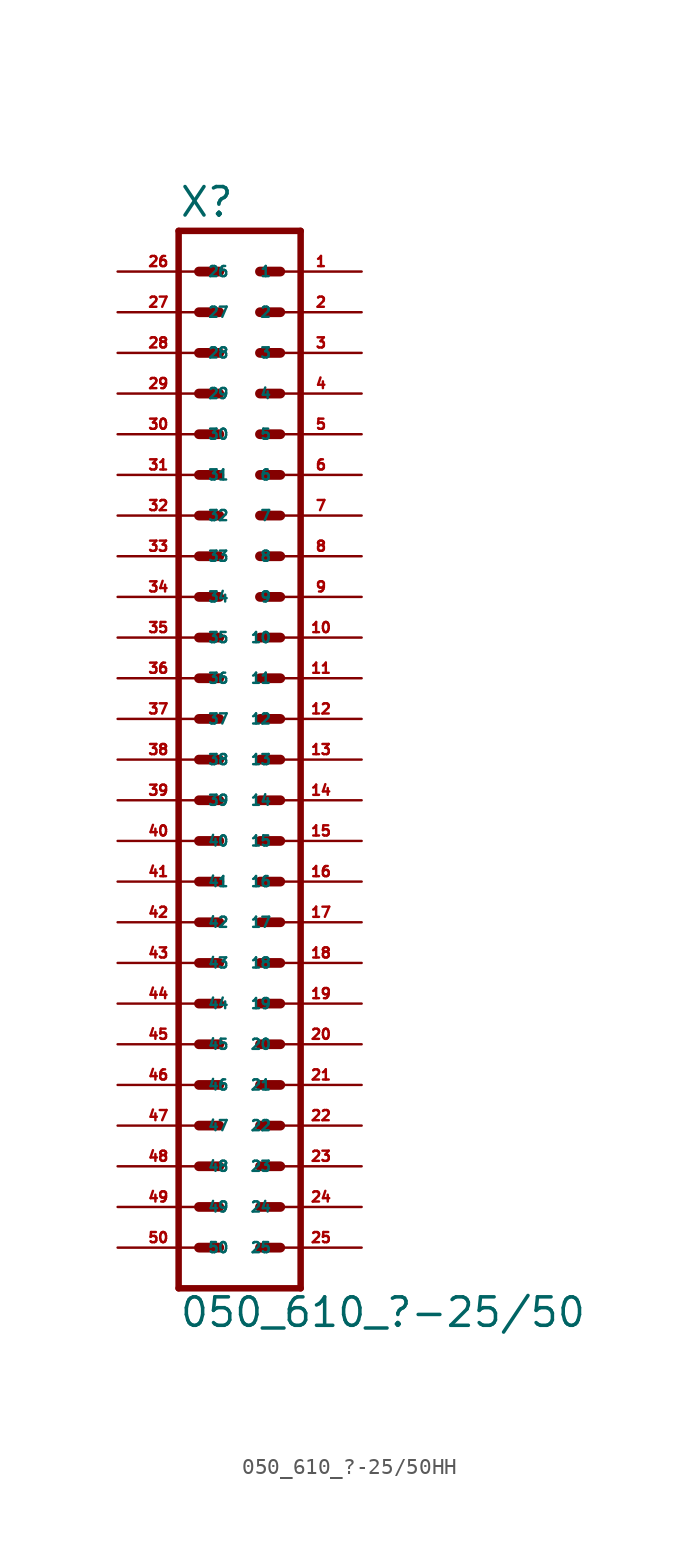
<source format=kicad_sym>
(kicad_symbol_lib
  (version 20220914)
  (generator Eagle2Kicad)
  (symbol "050_610_?-25/50HH"
    (property "Reference" "X"
      (at -3.81 31.242 0)
      (effects (font (size 1.778 1.778) (thickness 0.22)) (justify left bottom)))
    (property "Value" "050_610_?-25/50"
      (at -3.81 -38.1 0)
      (effects (font (size 1.778 1.778) (thickness 0.22)) (justify left bottom)))
    (polyline
      (pts (xy 3.81 -35.56) (xy -3.81 -35.56))
      (stroke (width 0.406) (type default))
      (fill (type none)))
    (polyline
      (pts (xy -3.81 30.48) (xy -3.81 -35.56))
      (stroke (width 0.406) (type default))
      (fill (type none)))
    (polyline
      (pts (xy 3.81 -35.56) (xy 3.81 30.48))
      (stroke (width 0.406) (type default))
      (fill (type none)))
    (polyline
      (pts (xy -3.81 30.48) (xy 3.81 30.48))
      (stroke (width 0.406) (type default))
      (fill (type none)))
    (polyline
      (pts (xy 1.27 27.94) (xy 2.54 27.94))
      (stroke (width 0.61) (type default))
      (fill (type none)))
    (polyline
      (pts (xy 1.27 25.4) (xy 2.54 25.4))
      (stroke (width 0.61) (type default))
      (fill (type none)))
    (polyline
      (pts (xy 1.27 22.86) (xy 2.54 22.86))
      (stroke (width 0.61) (type default))
      (fill (type none)))
    (polyline
      (pts (xy 1.27 20.32) (xy 2.54 20.32))
      (stroke (width 0.61) (type default))
      (fill (type none)))
    (polyline
      (pts (xy 1.27 17.78) (xy 2.54 17.78))
      (stroke (width 0.61) (type default))
      (fill (type none)))
    (polyline
      (pts (xy 1.27 15.24) (xy 2.54 15.24))
      (stroke (width 0.61) (type default))
      (fill (type none)))
    (polyline
      (pts (xy 1.27 12.7) (xy 2.54 12.7))
      (stroke (width 0.61) (type default))
      (fill (type none)))
    (polyline
      (pts (xy 1.27 10.16) (xy 2.54 10.16))
      (stroke (width 0.61) (type default))
      (fill (type none)))
    (polyline
      (pts (xy 1.27 7.62) (xy 2.54 7.62))
      (stroke (width 0.61) (type default))
      (fill (type none)))
    (polyline
      (pts (xy 1.27 5.08) (xy 2.54 5.08))
      (stroke (width 0.61) (type default))
      (fill (type none)))
    (polyline
      (pts (xy 1.27 2.54) (xy 2.54 2.54))
      (stroke (width 0.61) (type default))
      (fill (type none)))
    (polyline
      (pts (xy 1.27 0) (xy 2.54 0))
      (stroke (width 0.61) (type default))
      (fill (type none)))
    (polyline
      (pts (xy 1.27 -2.54) (xy 2.54 -2.54))
      (stroke (width 0.61) (type default))
      (fill (type none)))
    (polyline
      (pts (xy 1.27 -5.08) (xy 2.54 -5.08))
      (stroke (width 0.61) (type default))
      (fill (type none)))
    (polyline
      (pts (xy 1.27 -7.62) (xy 2.54 -7.62))
      (stroke (width 0.61) (type default))
      (fill (type none)))
    (polyline
      (pts (xy 1.27 -10.16) (xy 2.54 -10.16))
      (stroke (width 0.61) (type default))
      (fill (type none)))
    (polyline
      (pts (xy 1.27 -12.7) (xy 2.54 -12.7))
      (stroke (width 0.61) (type default))
      (fill (type none)))
    (polyline
      (pts (xy 1.27 -15.24) (xy 2.54 -15.24))
      (stroke (width 0.61) (type default))
      (fill (type none)))
    (polyline
      (pts (xy 1.27 -17.78) (xy 2.54 -17.78))
      (stroke (width 0.61) (type default))
      (fill (type none)))
    (polyline
      (pts (xy 1.27 -20.32) (xy 2.54 -20.32))
      (stroke (width 0.61) (type default))
      (fill (type none)))
    (polyline
      (pts (xy 1.27 -22.86) (xy 2.54 -22.86))
      (stroke (width 0.61) (type default))
      (fill (type none)))
    (polyline
      (pts (xy 1.27 -25.4) (xy 2.54 -25.4))
      (stroke (width 0.61) (type default))
      (fill (type none)))
    (polyline
      (pts (xy 1.27 -27.94) (xy 2.54 -27.94))
      (stroke (width 0.61) (type default))
      (fill (type none)))
    (polyline
      (pts (xy 1.27 -30.48) (xy 2.54 -30.48))
      (stroke (width 0.61) (type default))
      (fill (type none)))
    (polyline
      (pts (xy 1.27 -33.02) (xy 2.54 -33.02))
      (stroke (width 0.61) (type default))
      (fill (type none)))
    (polyline
      (pts (xy -1.27 27.94) (xy -2.54 27.94))
      (stroke (width 0.61) (type default))
      (fill (type none)))
    (polyline
      (pts (xy -1.27 25.4) (xy -2.54 25.4))
      (stroke (width 0.61) (type default))
      (fill (type none)))
    (polyline
      (pts (xy -1.27 22.86) (xy -2.54 22.86))
      (stroke (width 0.61) (type default))
      (fill (type none)))
    (polyline
      (pts (xy -1.27 20.32) (xy -2.54 20.32))
      (stroke (width 0.61) (type default))
      (fill (type none)))
    (polyline
      (pts (xy -1.27 17.78) (xy -2.54 17.78))
      (stroke (width 0.61) (type default))
      (fill (type none)))
    (polyline
      (pts (xy -1.27 15.24) (xy -2.54 15.24))
      (stroke (width 0.61) (type default))
      (fill (type none)))
    (polyline
      (pts (xy -1.27 12.7) (xy -2.54 12.7))
      (stroke (width 0.61) (type default))
      (fill (type none)))
    (polyline
      (pts (xy -1.27 10.16) (xy -2.54 10.16))
      (stroke (width 0.61) (type default))
      (fill (type none)))
    (polyline
      (pts (xy -1.27 7.62) (xy -2.54 7.62))
      (stroke (width 0.61) (type default))
      (fill (type none)))
    (polyline
      (pts (xy -1.27 5.08) (xy -2.54 5.08))
      (stroke (width 0.61) (type default))
      (fill (type none)))
    (polyline
      (pts (xy -1.27 2.54) (xy -2.54 2.54))
      (stroke (width 0.61) (type default))
      (fill (type none)))
    (polyline
      (pts (xy -1.27 0) (xy -2.54 0))
      (stroke (width 0.61) (type default))
      (fill (type none)))
    (polyline
      (pts (xy -1.27 -2.54) (xy -2.54 -2.54))
      (stroke (width 0.61) (type default))
      (fill (type none)))
    (polyline
      (pts (xy -1.27 -5.08) (xy -2.54 -5.08))
      (stroke (width 0.61) (type default))
      (fill (type none)))
    (polyline
      (pts (xy -1.27 -7.62) (xy -2.54 -7.62))
      (stroke (width 0.61) (type default))
      (fill (type none)))
    (polyline
      (pts (xy -1.27 -10.16) (xy -2.54 -10.16))
      (stroke (width 0.61) (type default))
      (fill (type none)))
    (polyline
      (pts (xy -1.27 -12.7) (xy -2.54 -12.7))
      (stroke (width 0.61) (type default))
      (fill (type none)))
    (polyline
      (pts (xy -1.27 -15.24) (xy -2.54 -15.24))
      (stroke (width 0.61) (type default))
      (fill (type none)))
    (polyline
      (pts (xy -1.27 -17.78) (xy -2.54 -17.78))
      (stroke (width 0.61) (type default))
      (fill (type none)))
    (polyline
      (pts (xy -1.27 -20.32) (xy -2.54 -20.32))
      (stroke (width 0.61) (type default))
      (fill (type none)))
    (polyline
      (pts (xy -1.27 -22.86) (xy -2.54 -22.86))
      (stroke (width 0.61) (type default))
      (fill (type none)))
    (polyline
      (pts (xy -1.27 -25.4) (xy -2.54 -25.4))
      (stroke (width 0.61) (type default))
      (fill (type none)))
    (polyline
      (pts (xy -1.27 -27.94) (xy -2.54 -27.94))
      (stroke (width 0.61) (type default))
      (fill (type none)))
    (polyline
      (pts (xy -1.27 -30.48) (xy -2.54 -30.48))
      (stroke (width 0.61) (type default))
      (fill (type none)))
    (polyline
      (pts (xy -1.27 -33.02) (xy -2.54 -33.02))
      (stroke (width 0.61) (type default))
      (fill (type none)))
    (pin passive line
      (at 7.62 27.94 180)
      (length 5.08)
      (name "1" (effects (font (size 0.635 0.635) (thickness 0.08)) (justify left bottom)))
      (number "1" (effects (font (size 0.635 0.635) (thickness 0.08)) (justify left bottom))))
    (pin passive line
      (at 7.62 25.4 180)
      (length 5.08)
      (name "2" (effects (font (size 0.635 0.635) (thickness 0.08)) (justify left bottom)))
      (number "2" (effects (font (size 0.635 0.635) (thickness 0.08)) (justify left bottom))))
    (pin passive line
      (at 7.62 22.86 180)
      (length 5.08)
      (name "3" (effects (font (size 0.635 0.635) (thickness 0.08)) (justify left bottom)))
      (number "3" (effects (font (size 0.635 0.635) (thickness 0.08)) (justify left bottom))))
    (pin passive line
      (at 7.62 20.32 180)
      (length 5.08)
      (name "4" (effects (font (size 0.635 0.635) (thickness 0.08)) (justify left bottom)))
      (number "4" (effects (font (size 0.635 0.635) (thickness 0.08)) (justify left bottom))))
    (pin passive line
      (at 7.62 17.78 180)
      (length 5.08)
      (name "5" (effects (font (size 0.635 0.635) (thickness 0.08)) (justify left bottom)))
      (number "5" (effects (font (size 0.635 0.635) (thickness 0.08)) (justify left bottom))))
    (pin passive line
      (at 7.62 15.24 180)
      (length 5.08)
      (name "6" (effects (font (size 0.635 0.635) (thickness 0.08)) (justify left bottom)))
      (number "6" (effects (font (size 0.635 0.635) (thickness 0.08)) (justify left bottom))))
    (pin passive line
      (at 7.62 12.7 180)
      (length 5.08)
      (name "7" (effects (font (size 0.635 0.635) (thickness 0.08)) (justify left bottom)))
      (number "7" (effects (font (size 0.635 0.635) (thickness 0.08)) (justify left bottom))))
    (pin passive line
      (at 7.62 10.16 180)
      (length 5.08)
      (name "8" (effects (font (size 0.635 0.635) (thickness 0.08)) (justify left bottom)))
      (number "8" (effects (font (size 0.635 0.635) (thickness 0.08)) (justify left bottom))))
    (pin passive line
      (at 7.62 7.62 180)
      (length 5.08)
      (name "9" (effects (font (size 0.635 0.635) (thickness 0.08)) (justify left bottom)))
      (number "9" (effects (font (size 0.635 0.635) (thickness 0.08)) (justify left bottom))))
    (pin passive line
      (at 7.62 5.08 180)
      (length 5.08)
      (name "10" (effects (font (size 0.635 0.635) (thickness 0.08)) (justify left bottom)))
      (number "10" (effects (font (size 0.635 0.635) (thickness 0.08)) (justify left bottom))))
    (pin passive line
      (at 7.62 2.54 180)
      (length 5.08)
      (name "11" (effects (font (size 0.635 0.635) (thickness 0.08)) (justify left bottom)))
      (number "11" (effects (font (size 0.635 0.635) (thickness 0.08)) (justify left bottom))))
    (pin passive line
      (at 7.62 0 180)
      (length 5.08)
      (name "12" (effects (font (size 0.635 0.635) (thickness 0.08)) (justify left bottom)))
      (number "12" (effects (font (size 0.635 0.635) (thickness 0.08)) (justify left bottom))))
    (pin passive line
      (at 7.62 -2.54 180)
      (length 5.08)
      (name "13" (effects (font (size 0.635 0.635) (thickness 0.08)) (justify left bottom)))
      (number "13" (effects (font (size 0.635 0.635) (thickness 0.08)) (justify left bottom))))
    (pin passive line
      (at 7.62 -5.08 180)
      (length 5.08)
      (name "14" (effects (font (size 0.635 0.635) (thickness 0.08)) (justify left bottom)))
      (number "14" (effects (font (size 0.635 0.635) (thickness 0.08)) (justify left bottom))))
    (pin passive line
      (at 7.62 -7.62 180)
      (length 5.08)
      (name "15" (effects (font (size 0.635 0.635) (thickness 0.08)) (justify left bottom)))
      (number "15" (effects (font (size 0.635 0.635) (thickness 0.08)) (justify left bottom))))
    (pin passive line
      (at 7.62 -10.16 180)
      (length 5.08)
      (name "16" (effects (font (size 0.635 0.635) (thickness 0.08)) (justify left bottom)))
      (number "16" (effects (font (size 0.635 0.635) (thickness 0.08)) (justify left bottom))))
    (pin passive line
      (at 7.62 -12.7 180)
      (length 5.08)
      (name "17" (effects (font (size 0.635 0.635) (thickness 0.08)) (justify left bottom)))
      (number "17" (effects (font (size 0.635 0.635) (thickness 0.08)) (justify left bottom))))
    (pin passive line
      (at 7.62 -15.24 180)
      (length 5.08)
      (name "18" (effects (font (size 0.635 0.635) (thickness 0.08)) (justify left bottom)))
      (number "18" (effects (font (size 0.635 0.635) (thickness 0.08)) (justify left bottom))))
    (pin passive line
      (at 7.62 -17.78 180)
      (length 5.08)
      (name "19" (effects (font (size 0.635 0.635) (thickness 0.08)) (justify left bottom)))
      (number "19" (effects (font (size 0.635 0.635) (thickness 0.08)) (justify left bottom))))
    (pin passive line
      (at 7.62 -20.32 180)
      (length 5.08)
      (name "20" (effects (font (size 0.635 0.635) (thickness 0.08)) (justify left bottom)))
      (number "20" (effects (font (size 0.635 0.635) (thickness 0.08)) (justify left bottom))))
    (pin passive line
      (at 7.62 -22.86 180)
      (length 5.08)
      (name "21" (effects (font (size 0.635 0.635) (thickness 0.08)) (justify left bottom)))
      (number "21" (effects (font (size 0.635 0.635) (thickness 0.08)) (justify left bottom))))
    (pin passive line
      (at 7.62 -25.4 180)
      (length 5.08)
      (name "22" (effects (font (size 0.635 0.635) (thickness 0.08)) (justify left bottom)))
      (number "22" (effects (font (size 0.635 0.635) (thickness 0.08)) (justify left bottom))))
    (pin passive line
      (at 7.62 -27.94 180)
      (length 5.08)
      (name "23" (effects (font (size 0.635 0.635) (thickness 0.08)) (justify left bottom)))
      (number "23" (effects (font (size 0.635 0.635) (thickness 0.08)) (justify left bottom))))
    (pin passive line
      (at 7.62 -30.48 180)
      (length 5.08)
      (name "24" (effects (font (size 0.635 0.635) (thickness 0.08)) (justify left bottom)))
      (number "24" (effects (font (size 0.635 0.635) (thickness 0.08)) (justify left bottom))))
    (pin passive line
      (at 7.62 -33.02 180)
      (length 5.08)
      (name "25" (effects (font (size 0.635 0.635) (thickness 0.08)) (justify left bottom)))
      (number "25" (effects (font (size 0.635 0.635) (thickness 0.08)) (justify left bottom))))
    (pin passive line
      (at -7.62 27.94 0)
      (length 5.08)
      (name "26" (effects (font (size 0.635 0.635) (thickness 0.08)) (justify left bottom)))
      (number "26" (effects (font (size 0.635 0.635) (thickness 0.08)) (justify left bottom))))
    (pin passive line
      (at -7.62 25.4 0)
      (length 5.08)
      (name "27" (effects (font (size 0.635 0.635) (thickness 0.08)) (justify left bottom)))
      (number "27" (effects (font (size 0.635 0.635) (thickness 0.08)) (justify left bottom))))
    (pin passive line
      (at -7.62 22.86 0)
      (length 5.08)
      (name "28" (effects (font (size 0.635 0.635) (thickness 0.08)) (justify left bottom)))
      (number "28" (effects (font (size 0.635 0.635) (thickness 0.08)) (justify left bottom))))
    (pin passive line
      (at -7.62 20.32 0)
      (length 5.08)
      (name "29" (effects (font (size 0.635 0.635) (thickness 0.08)) (justify left bottom)))
      (number "29" (effects (font (size 0.635 0.635) (thickness 0.08)) (justify left bottom))))
    (pin passive line
      (at -7.62 17.78 0)
      (length 5.08)
      (name "30" (effects (font (size 0.635 0.635) (thickness 0.08)) (justify left bottom)))
      (number "30" (effects (font (size 0.635 0.635) (thickness 0.08)) (justify left bottom))))
    (pin passive line
      (at -7.62 15.24 0)
      (length 5.08)
      (name "31" (effects (font (size 0.635 0.635) (thickness 0.08)) (justify left bottom)))
      (number "31" (effects (font (size 0.635 0.635) (thickness 0.08)) (justify left bottom))))
    (pin passive line
      (at -7.62 12.7 0)
      (length 5.08)
      (name "32" (effects (font (size 0.635 0.635) (thickness 0.08)) (justify left bottom)))
      (number "32" (effects (font (size 0.635 0.635) (thickness 0.08)) (justify left bottom))))
    (pin passive line
      (at -7.62 10.16 0)
      (length 5.08)
      (name "33" (effects (font (size 0.635 0.635) (thickness 0.08)) (justify left bottom)))
      (number "33" (effects (font (size 0.635 0.635) (thickness 0.08)) (justify left bottom))))
    (pin passive line
      (at -7.62 7.62 0)
      (length 5.08)
      (name "34" (effects (font (size 0.635 0.635) (thickness 0.08)) (justify left bottom)))
      (number "34" (effects (font (size 0.635 0.635) (thickness 0.08)) (justify left bottom))))
    (pin passive line
      (at -7.62 5.08 0)
      (length 5.08)
      (name "35" (effects (font (size 0.635 0.635) (thickness 0.08)) (justify left bottom)))
      (number "35" (effects (font (size 0.635 0.635) (thickness 0.08)) (justify left bottom))))
    (pin passive line
      (at -7.62 2.54 0)
      (length 5.08)
      (name "36" (effects (font (size 0.635 0.635) (thickness 0.08)) (justify left bottom)))
      (number "36" (effects (font (size 0.635 0.635) (thickness 0.08)) (justify left bottom))))
    (pin passive line
      (at -7.62 0 0)
      (length 5.08)
      (name "37" (effects (font (size 0.635 0.635) (thickness 0.08)) (justify left bottom)))
      (number "37" (effects (font (size 0.635 0.635) (thickness 0.08)) (justify left bottom))))
    (pin passive line
      (at -7.62 -2.54 0)
      (length 5.08)
      (name "38" (effects (font (size 0.635 0.635) (thickness 0.08)) (justify left bottom)))
      (number "38" (effects (font (size 0.635 0.635) (thickness 0.08)) (justify left bottom))))
    (pin passive line
      (at -7.62 -5.08 0)
      (length 5.08)
      (name "39" (effects (font (size 0.635 0.635) (thickness 0.08)) (justify left bottom)))
      (number "39" (effects (font (size 0.635 0.635) (thickness 0.08)) (justify left bottom))))
    (pin passive line
      (at -7.62 -7.62 0)
      (length 5.08)
      (name "40" (effects (font (size 0.635 0.635) (thickness 0.08)) (justify left bottom)))
      (number "40" (effects (font (size 0.635 0.635) (thickness 0.08)) (justify left bottom))))
    (pin passive line
      (at -7.62 -10.16 0)
      (length 5.08)
      (name "41" (effects (font (size 0.635 0.635) (thickness 0.08)) (justify left bottom)))
      (number "41" (effects (font (size 0.635 0.635) (thickness 0.08)) (justify left bottom))))
    (pin passive line
      (at -7.62 -12.7 0)
      (length 5.08)
      (name "42" (effects (font (size 0.635 0.635) (thickness 0.08)) (justify left bottom)))
      (number "42" (effects (font (size 0.635 0.635) (thickness 0.08)) (justify left bottom))))
    (pin passive line
      (at -7.62 -15.24 0)
      (length 5.08)
      (name "43" (effects (font (size 0.635 0.635) (thickness 0.08)) (justify left bottom)))
      (number "43" (effects (font (size 0.635 0.635) (thickness 0.08)) (justify left bottom))))
    (pin passive line
      (at -7.62 -17.78 0)
      (length 5.08)
      (name "44" (effects (font (size 0.635 0.635) (thickness 0.08)) (justify left bottom)))
      (number "44" (effects (font (size 0.635 0.635) (thickness 0.08)) (justify left bottom))))
    (pin passive line
      (at -7.62 -20.32 0)
      (length 5.08)
      (name "45" (effects (font (size 0.635 0.635) (thickness 0.08)) (justify left bottom)))
      (number "45" (effects (font (size 0.635 0.635) (thickness 0.08)) (justify left bottom))))
    (pin passive line
      (at -7.62 -22.86 0)
      (length 5.08)
      (name "46" (effects (font (size 0.635 0.635) (thickness 0.08)) (justify left bottom)))
      (number "46" (effects (font (size 0.635 0.635) (thickness 0.08)) (justify left bottom))))
    (pin passive line
      (at -7.62 -25.4 0)
      (length 5.08)
      (name "47" (effects (font (size 0.635 0.635) (thickness 0.08)) (justify left bottom)))
      (number "47" (effects (font (size 0.635 0.635) (thickness 0.08)) (justify left bottom))))
    (pin passive line
      (at -7.62 -27.94 0)
      (length 5.08)
      (name "48" (effects (font (size 0.635 0.635) (thickness 0.08)) (justify left bottom)))
      (number "48" (effects (font (size 0.635 0.635) (thickness 0.08)) (justify left bottom))))
    (pin passive line
      (at -7.62 -30.48 0)
      (length 5.08)
      (name "49" (effects (font (size 0.635 0.635) (thickness 0.08)) (justify left bottom)))
      (number "49" (effects (font (size 0.635 0.635) (thickness 0.08)) (justify left bottom))))
    (pin passive line
      (at -7.62 -33.02 0)
      (length 5.08)
      (name "50" (effects (font (size 0.635 0.635) (thickness 0.08)) (justify left bottom)))
      (number "50" (effects (font (size 0.635 0.635) (thickness 0.08)) (justify left bottom))))))
</source>
